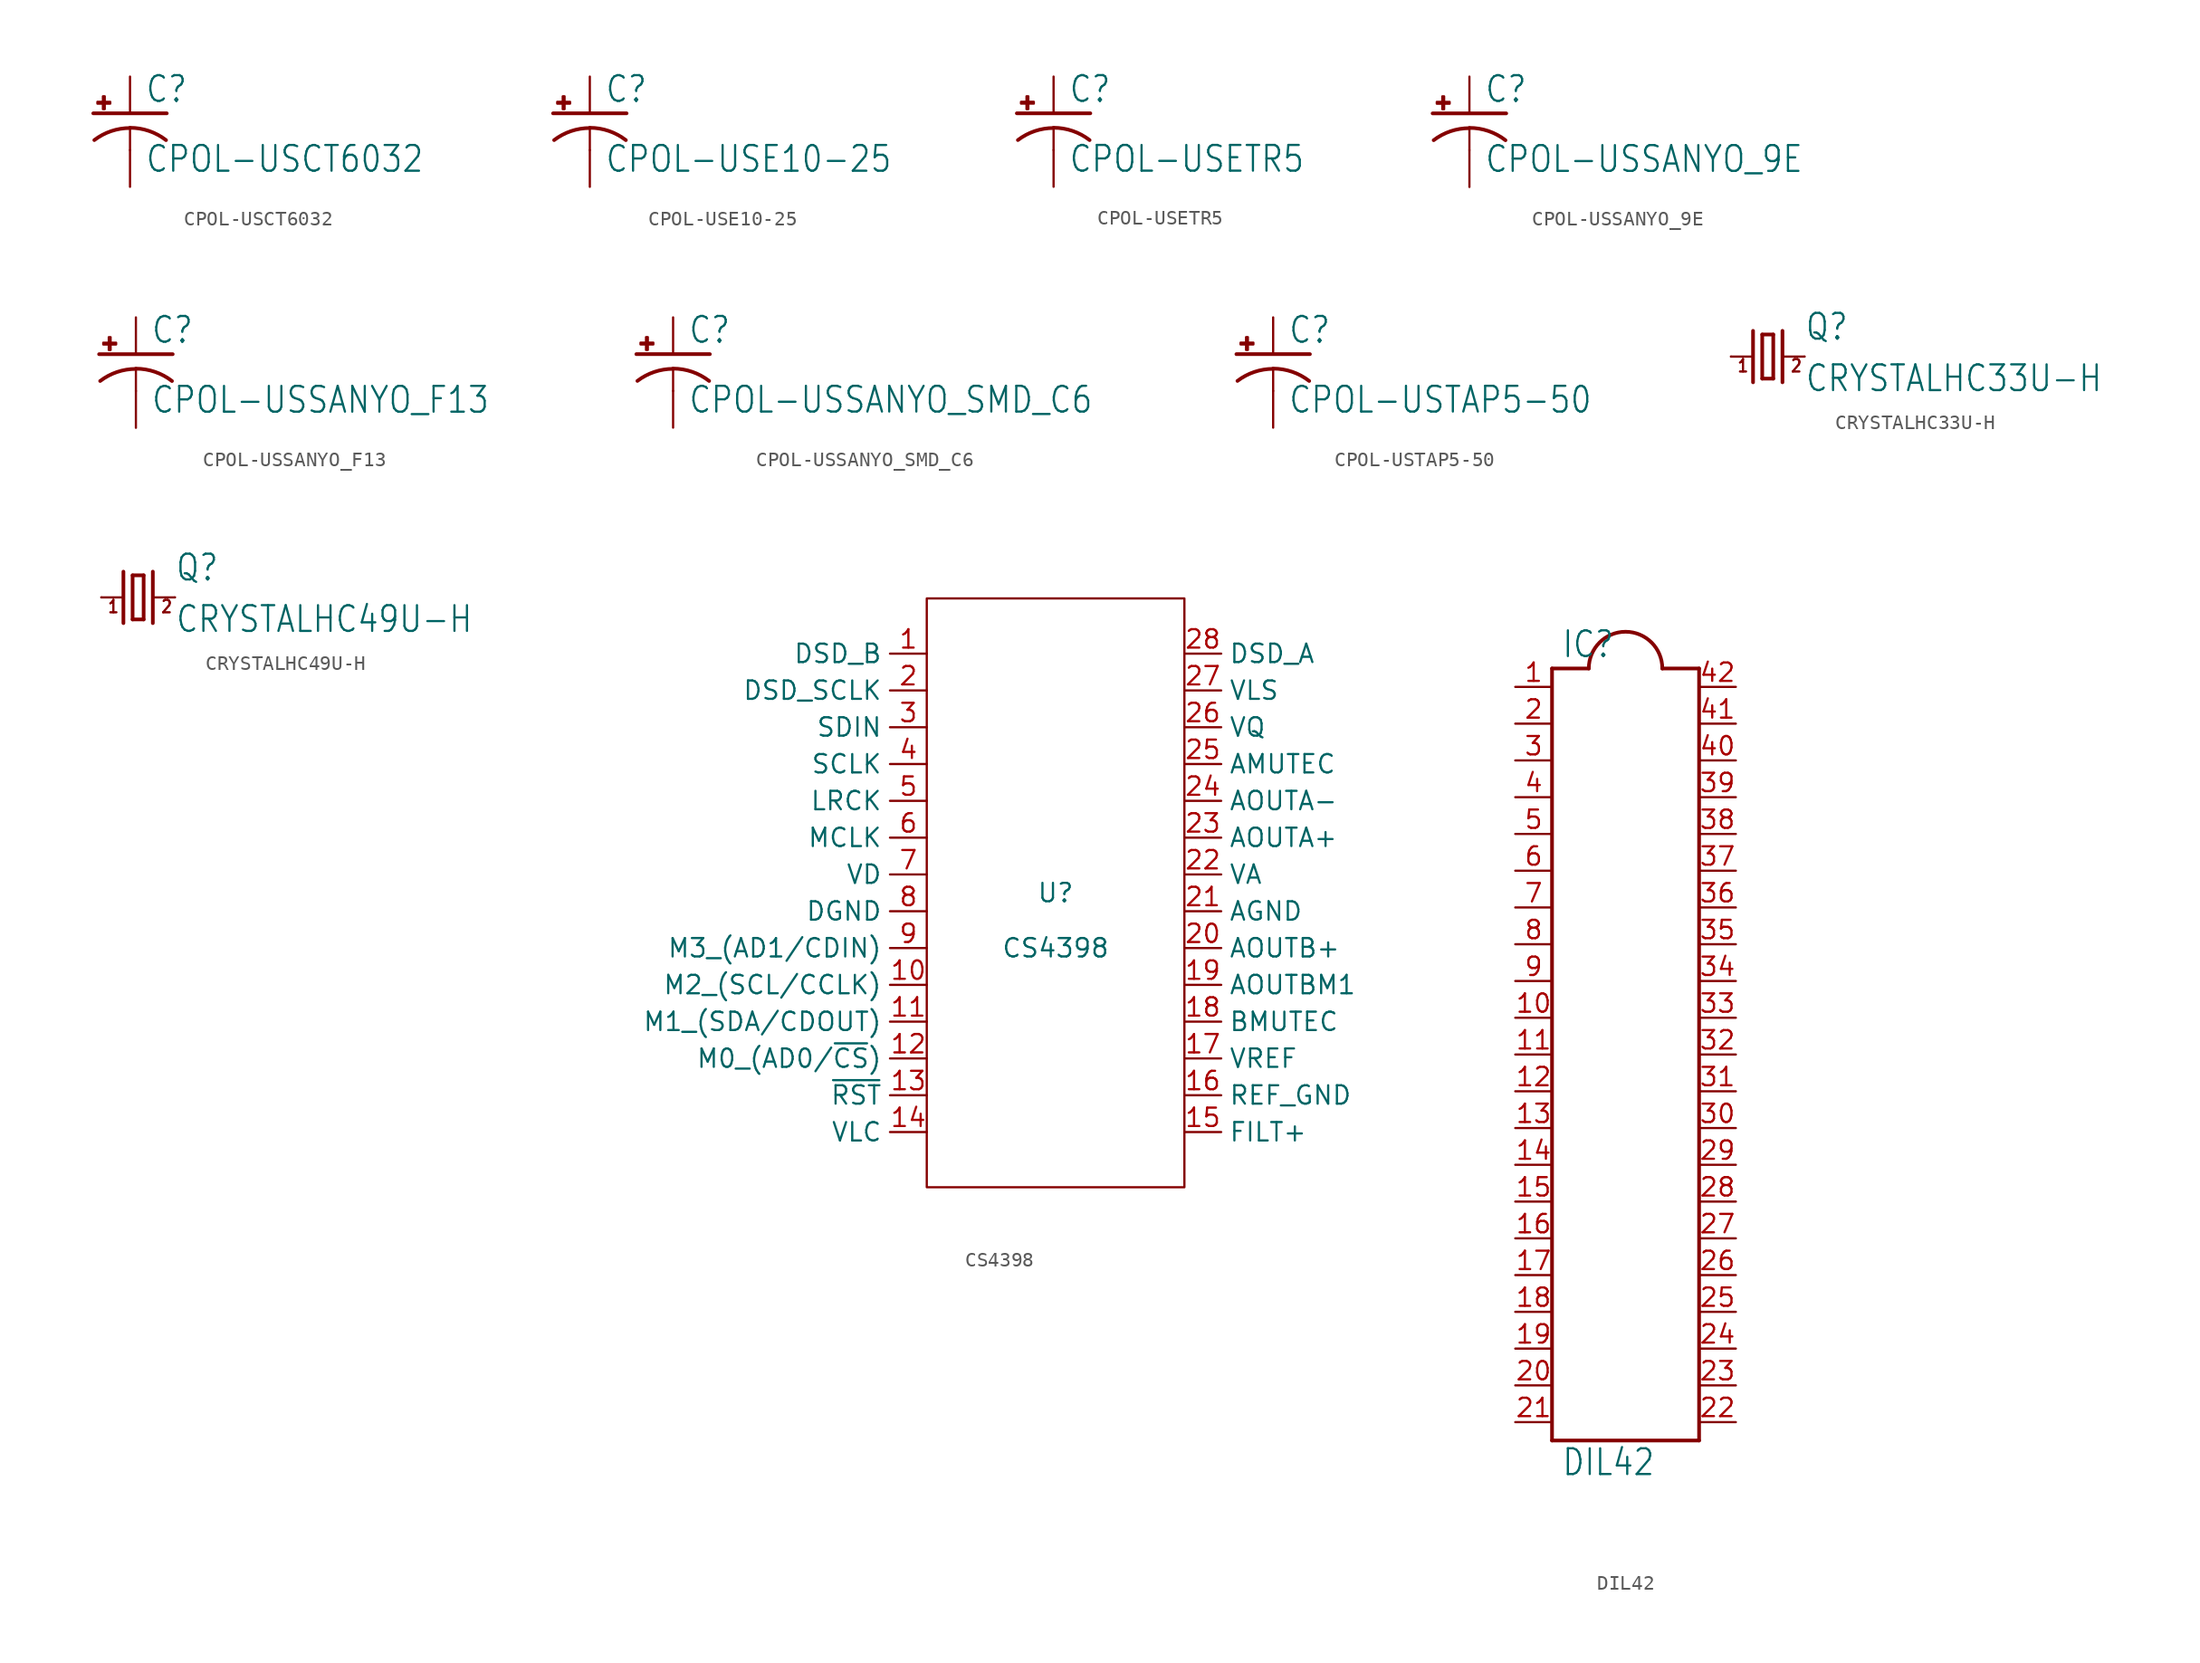
<source format=kicad_sym>
(kicad_symbol_lib
  (version 20220914)
  (generator kicad_symbol_editor)
  (symbol "CPOL-USCT6032"
    (property "Reference" "C"
      (at 1.016 0.635 0)
      (effects (font (size 1.778 1.511)) (justify left bottom)))
    (property "Value" "CPOL-USCT6032"
      (at 1.016 -4.191 0)
      (effects (font (size 1.778 1.511)) (justify left bottom)))
    (property "ki_locked" ""
      (at 0 0 0)
      (effects (font (size 1.27 1.27))))
    (symbol "CPOL-USCT6032_1_0"
      (rectangle (start -2.253 0.668) (end -1.364 0.795) (stroke (width 0) (type default)) (fill (type outline)))
      (rectangle (start -1.872 0.287) (end -1.745 1.176) (stroke (width 0) (type default)) (fill (type outline)))
      (arc (start 0 -1.0161) (mid -1.3021 -1.2302) (end -2.4669 -1.8504) (stroke (width 0.254) (type default)) (fill (type none)))
      (polyline (pts (xy -2.54 0) (xy 2.54 0)) (stroke (width 0.254) (type default)) (fill (type none)))
      (polyline (pts (xy 0 -1.016) (xy 0 -2.54)) (stroke (width 0.152) (type default)) (fill (type none)))
      (arc (start 2.4892 -1.8542) (mid 1.3158 -1.2195) (end 0 -1) (stroke (width 0.254) (type default)) (fill (type none)))
      (pin passive line (at 0 2.54 270) (length 2.54) (name "+" (effects (font (size 0 0)))) (number "+" (effects (font (size 0 0)))))
      (pin passive line (at 0 -5.08 90) (length 2.54) (name "-" (effects (font (size 0 0)))) (number "-" (effects (font (size 0 0)))))))
  (symbol "CPOL-USE10-25"
    (property "Reference" "C"
      (at 1.016 0.635 0)
      (effects (font (size 1.778 1.511)) (justify left bottom)))
    (property "Value" "CPOL-USE10-25"
      (at 1.016 -4.191 0)
      (effects (font (size 1.778 1.511)) (justify left bottom)))
    (property "ki_locked" ""
      (at 0 0 0)
      (effects (font (size 1.27 1.27))))
    (symbol "CPOL-USE10-25_1_0"
      (rectangle (start -2.253 0.668) (end -1.364 0.795) (stroke (width 0) (type default)) (fill (type outline)))
      (rectangle (start -1.872 0.287) (end -1.745 1.176) (stroke (width 0) (type default)) (fill (type outline)))
      (arc (start 0 -1.0161) (mid -1.3021 -1.2302) (end -2.4669 -1.8504) (stroke (width 0.254) (type default)) (fill (type none)))
      (polyline (pts (xy -2.54 0) (xy 2.54 0)) (stroke (width 0.254) (type default)) (fill (type none)))
      (polyline (pts (xy 0 -1.016) (xy 0 -2.54)) (stroke (width 0.152) (type default)) (fill (type none)))
      (arc (start 2.4892 -1.8542) (mid 1.3158 -1.2195) (end 0 -1) (stroke (width 0.254) (type default)) (fill (type none)))
      (pin passive line (at 0 2.54 270) (length 2.54) (name "+" (effects (font (size 0 0)))) (number "+" (effects (font (size 0 0)))))
      (pin passive line (at 0 -5.08 90) (length 2.54) (name "-" (effects (font (size 0 0)))) (number "-" (effects (font (size 0 0)))))))
  (symbol "CPOL-USETR5"
    (property "Reference" "C"
      (at 1.016 0.635 0)
      (effects (font (size 1.778 1.511)) (justify left bottom)))
    (property "Value" "CPOL-USETR5"
      (at 1.016 -4.191 0)
      (effects (font (size 1.778 1.511)) (justify left bottom)))
    (property "ki_locked" ""
      (at 0 0 0)
      (effects (font (size 1.27 1.27))))
    (symbol "CPOL-USETR5_1_0"
      (rectangle (start -2.253 0.668) (end -1.364 0.795) (stroke (width 0) (type default)) (fill (type outline)))
      (rectangle (start -1.872 0.287) (end -1.745 1.176) (stroke (width 0) (type default)) (fill (type outline)))
      (arc (start 0 -1.0161) (mid -1.3021 -1.2302) (end -2.4669 -1.8504) (stroke (width 0.254) (type default)) (fill (type none)))
      (polyline (pts (xy -2.54 0) (xy 2.54 0)) (stroke (width 0.254) (type default)) (fill (type none)))
      (polyline (pts (xy 0 -1.016) (xy 0 -2.54)) (stroke (width 0.152) (type default)) (fill (type none)))
      (arc (start 2.4892 -1.8542) (mid 1.3158 -1.2195) (end 0 -1) (stroke (width 0.254) (type default)) (fill (type none)))
      (pin passive line (at 0 2.54 270) (length 2.54) (name "+" (effects (font (size 0 0)))) (number "+" (effects (font (size 0 0)))))
      (pin passive line (at 0 -5.08 90) (length 2.54) (name "-" (effects (font (size 0 0)))) (number "-" (effects (font (size 0 0)))))))
  (symbol "CPOL-USSANYO_9E"
    (property "Reference" "C"
      (at 1.016 0.635 0)
      (effects (font (size 1.778 1.511)) (justify left bottom)))
    (property "Value" "CPOL-USSANYO_9E"
      (at 1.016 -4.191 0)
      (effects (font (size 1.778 1.511)) (justify left bottom)))
    (property "ki_locked" ""
      (at 0 0 0)
      (effects (font (size 1.27 1.27))))
    (symbol "CPOL-USSANYO_9E_1_0"
      (rectangle (start -2.253 0.668) (end -1.364 0.795) (stroke (width 0) (type default)) (fill (type outline)))
      (rectangle (start -1.872 0.287) (end -1.745 1.176) (stroke (width 0) (type default)) (fill (type outline)))
      (arc (start 0 -1.0161) (mid -1.3021 -1.2302) (end -2.4669 -1.8504) (stroke (width 0.254) (type default)) (fill (type none)))
      (polyline (pts (xy -2.54 0) (xy 2.54 0)) (stroke (width 0.254) (type default)) (fill (type none)))
      (polyline (pts (xy 0 -1.016) (xy 0 -2.54)) (stroke (width 0.152) (type default)) (fill (type none)))
      (arc (start 2.4892 -1.8542) (mid 1.3158 -1.2195) (end 0 -1) (stroke (width 0.254) (type default)) (fill (type none)))
      (pin passive line (at 0 2.54 270) (length 2.54) (name "+" (effects (font (size 0 0)))) (number "+" (effects (font (size 0 0)))))
      (pin passive line (at 0 -5.08 90) (length 2.54) (name "-" (effects (font (size 0 0)))) (number "-" (effects (font (size 0 0)))))))
  (symbol "CPOL-USSANYO_F13"
    (property "Reference" "C"
      (at 1.016 0.635 0)
      (effects (font (size 1.778 1.511)) (justify left bottom)))
    (property "Value" "CPOL-USSANYO_F13"
      (at 1.016 -4.191 0)
      (effects (font (size 1.778 1.511)) (justify left bottom)))
    (property "ki_locked" ""
      (at 0 0 0)
      (effects (font (size 1.27 1.27))))
    (symbol "CPOL-USSANYO_F13_1_0"
      (rectangle (start -2.253 0.668) (end -1.364 0.795) (stroke (width 0) (type default)) (fill (type outline)))
      (rectangle (start -1.872 0.287) (end -1.745 1.176) (stroke (width 0) (type default)) (fill (type outline)))
      (arc (start 0 -1.0161) (mid -1.3021 -1.2302) (end -2.4669 -1.8504) (stroke (width 0.254) (type default)) (fill (type none)))
      (polyline (pts (xy -2.54 0) (xy 2.54 0)) (stroke (width 0.254) (type default)) (fill (type none)))
      (polyline (pts (xy 0 -1.016) (xy 0 -2.54)) (stroke (width 0.152) (type default)) (fill (type none)))
      (arc (start 2.4892 -1.8542) (mid 1.3158 -1.2195) (end 0 -1) (stroke (width 0.254) (type default)) (fill (type none)))
      (pin passive line (at 0 2.54 270) (length 2.54) (name "+" (effects (font (size 0 0)))) (number "+" (effects (font (size 0 0)))))
      (pin passive line (at 0 -5.08 90) (length 2.54) (name "-" (effects (font (size 0 0)))) (number "-" (effects (font (size 0 0)))))))
  (symbol "CPOL-USSANYO_SMD_C6"
    (property "Reference" "C"
      (at 1.016 0.635 0)
      (effects (font (size 1.778 1.511)) (justify left bottom)))
    (property "Value" "CPOL-USSANYO_SMD_C6"
      (at 1.016 -4.191 0)
      (effects (font (size 1.778 1.511)) (justify left bottom)))
    (property "ki_locked" ""
      (at 0 0 0)
      (effects (font (size 1.27 1.27))))
    (symbol "CPOL-USSANYO_SMD_C6_1_0"
      (rectangle (start -2.253 0.668) (end -1.364 0.795) (stroke (width 0) (type default)) (fill (type outline)))
      (rectangle (start -1.872 0.287) (end -1.745 1.176) (stroke (width 0) (type default)) (fill (type outline)))
      (arc (start 0 -1.0161) (mid -1.3021 -1.2302) (end -2.4669 -1.8504) (stroke (width 0.254) (type default)) (fill (type none)))
      (polyline (pts (xy -2.54 0) (xy 2.54 0)) (stroke (width 0.254) (type default)) (fill (type none)))
      (polyline (pts (xy 0 -1.016) (xy 0 -2.54)) (stroke (width 0.152) (type default)) (fill (type none)))
      (arc (start 2.4892 -1.8542) (mid 1.3158 -1.2195) (end 0 -1) (stroke (width 0.254) (type default)) (fill (type none)))
      (pin passive line (at 0 2.54 270) (length 2.54) (name "+" (effects (font (size 0 0)))) (number "+" (effects (font (size 0 0)))))
      (pin passive line (at 0 -5.08 90) (length 2.54) (name "-" (effects (font (size 0 0)))) (number "-" (effects (font (size 0 0)))))))
  (symbol "CPOL-USTAP5-50"
    (property "Reference" "C"
      (at 1.016 0.635 0)
      (effects (font (size 1.778 1.511)) (justify left bottom)))
    (property "Value" "CPOL-USTAP5-50"
      (at 1.016 -4.191 0)
      (effects (font (size 1.778 1.511)) (justify left bottom)))
    (property "ki_locked" ""
      (at 0 0 0)
      (effects (font (size 1.27 1.27))))
    (symbol "CPOL-USTAP5-50_1_0"
      (rectangle (start -2.253 0.668) (end -1.364 0.795) (stroke (width 0) (type default)) (fill (type outline)))
      (rectangle (start -1.872 0.287) (end -1.745 1.176) (stroke (width 0) (type default)) (fill (type outline)))
      (arc (start 0 -1.0161) (mid -1.3021 -1.2302) (end -2.4669 -1.8504) (stroke (width 0.254) (type default)) (fill (type none)))
      (polyline (pts (xy -2.54 0) (xy 2.54 0)) (stroke (width 0.254) (type default)) (fill (type none)))
      (polyline (pts (xy 0 -1.016) (xy 0 -2.54)) (stroke (width 0.152) (type default)) (fill (type none)))
      (arc (start 2.4892 -1.8542) (mid 1.3158 -1.2195) (end 0 -1) (stroke (width 0.254) (type default)) (fill (type none)))
      (pin passive line (at 0 2.54 270) (length 2.54) (name "+" (effects (font (size 0 0)))) (number "+" (effects (font (size 0 0)))))
      (pin passive line (at 0 -5.08 90) (length 2.54) (name "-" (effects (font (size 0 0)))) (number "-" (effects (font (size 0 0)))))))
  (symbol "CRYSTALHC33U-H"
    (property "Reference" "Q"
      (at 2.54 1.016 0)
      (effects (font (size 1.778 1.511)) (justify left bottom)))
    (property "Value" "CRYSTALHC33U-H"
      (at 2.54 -2.54 0)
      (effects (font (size 1.778 1.511)) (justify left bottom)))
    (property "ki_locked" ""
      (at 0 0 0)
      (effects (font (size 1.27 1.27))))
    (symbol "CRYSTALHC33U-H_1_0"
      (polyline (pts (xy -2.54 0) (xy -1.016 0)) (stroke (width 0.152) (type default)) (fill (type none)))
      (polyline (pts (xy -1.016 1.778) (xy -1.016 -1.778)) (stroke (width 0.254) (type default)) (fill (type none)))
      (polyline (pts (xy -0.381 -1.524) (xy 0.381 -1.524)) (stroke (width 0.254) (type default)) (fill (type none)))
      (polyline (pts (xy -0.381 1.524) (xy -0.381 -1.524)) (stroke (width 0.254) (type default)) (fill (type none)))
      (polyline (pts (xy 0.381 -1.524) (xy 0.381 1.524)) (stroke (width 0.254) (type default)) (fill (type none)))
      (polyline (pts (xy 0.381 1.524) (xy -0.381 1.524)) (stroke (width 0.254) (type default)) (fill (type none)))
      (polyline (pts (xy 1.016 0) (xy 2.54 0)) (stroke (width 0.152) (type default)) (fill (type none)))
      (polyline (pts (xy 1.016 1.778) (xy 1.016 -1.778)) (stroke (width 0.254) (type default)) (fill (type none)))
      (text "1" (at -2.159 -1.143 0) (effects (font (size 0.864 0.734)) (justify left bottom)))
      (text "2" (at 1.524 -1.143 0) (effects (font (size 0.864 0.734)) (justify left bottom)))
      (pin passive line (at -2.54 0 0) (length 0) (name "1" (effects (font (size 0 0)))) (number "1" (effects (font (size 0 0)))))
      (pin passive line (at 2.54 0 180) (length 0) (name "2" (effects (font (size 0 0)))) (number "2" (effects (font (size 0 0)))))))
  (symbol "CRYSTALHC49U-H"
    (property "Reference" "Q"
      (at 2.54 1.016 0)
      (effects (font (size 1.778 1.511)) (justify left bottom)))
    (property "Value" "CRYSTALHC49U-H"
      (at 2.54 -2.54 0)
      (effects (font (size 1.778 1.511)) (justify left bottom)))
    (property "ki_locked" ""
      (at 0 0 0)
      (effects (font (size 1.27 1.27))))
    (symbol "CRYSTALHC49U-H_1_0"
      (polyline (pts (xy -2.54 0) (xy -1.016 0)) (stroke (width 0.152) (type default)) (fill (type none)))
      (polyline (pts (xy -1.016 1.778) (xy -1.016 -1.778)) (stroke (width 0.254) (type default)) (fill (type none)))
      (polyline (pts (xy -0.381 -1.524) (xy 0.381 -1.524)) (stroke (width 0.254) (type default)) (fill (type none)))
      (polyline (pts (xy -0.381 1.524) (xy -0.381 -1.524)) (stroke (width 0.254) (type default)) (fill (type none)))
      (polyline (pts (xy 0.381 -1.524) (xy 0.381 1.524)) (stroke (width 0.254) (type default)) (fill (type none)))
      (polyline (pts (xy 0.381 1.524) (xy -0.381 1.524)) (stroke (width 0.254) (type default)) (fill (type none)))
      (polyline (pts (xy 1.016 0) (xy 2.54 0)) (stroke (width 0.152) (type default)) (fill (type none)))
      (polyline (pts (xy 1.016 1.778) (xy 1.016 -1.778)) (stroke (width 0.254) (type default)) (fill (type none)))
      (text "1" (at -2.159 -1.143 0) (effects (font (size 0.864 0.734)) (justify left bottom)))
      (text "2" (at 1.524 -1.143 0) (effects (font (size 0.864 0.734)) (justify left bottom)))
      (pin passive line (at -2.54 0 0) (length 0) (name "1" (effects (font (size 0 0)))) (number "1" (effects (font (size 0 0)))))
      (pin passive line (at 2.54 0 180) (length 0) (name "2" (effects (font (size 0 0)))) (number "2" (effects (font (size 0 0)))))))
  (symbol "CS4398"
    (property "Reference" "U"
      (at 0 0 0)
      (effects (font (size 1.27 1.27))))
    (property "Value" "CS4398"
      (at 0 -3.81 0)
      (effects (font (size 1.27 1.27))))
    (symbol "CS4398_0_1"
      (rectangle (start -8.89 20.32) (end 8.89 -20.32) (stroke (width 0) (type default)) (fill (type none))))
    (symbol "CS4398_1_1"
      (pin input line (at -8.89 16.51 180) (length 2.54) (name "DSD_B" (effects (font (size 1.27 1.27)))) (number "1" (effects (font (size 1.27 1.27)))))
      (pin input line (at -8.89 -6.35 180) (length 2.54) (name "M2_(SCL/CCLK)" (effects (font (size 1.27 1.27)))) (number "10" (effects (font (size 1.27 1.27)))))
      (pin input line (at -8.89 -8.89 180) (length 2.54) (name "M1_(SDA/CDOUT)" (effects (font (size 1.27 1.27)))) (number "11" (effects (font (size 1.27 1.27)))))
      (pin input line (at -8.89 -11.43 180) (length 2.54) (name "M0_(AD0/~{CS})" (effects (font (size 1.27 1.27)))) (number "12" (effects (font (size 1.27 1.27)))))
      (pin input line (at -8.89 -13.97 180) (length 2.54) (name "~{RST}" (effects (font (size 1.27 1.27)))) (number "13" (effects (font (size 1.27 1.27)))))
      (pin input line (at -8.89 -16.51 180) (length 2.54) (name "VLC" (effects (font (size 1.27 1.27)))) (number "14" (effects (font (size 1.27 1.27)))))
      (pin output line (at 8.89 -16.51 0) (length 2.54) (name "FILT+" (effects (font (size 1.27 1.27)))) (number "15" (effects (font (size 1.27 1.27)))))
      (pin input line (at 8.89 -13.97 0) (length 2.54) (name "REF_GND" (effects (font (size 1.27 1.27)))) (number "16" (effects (font (size 1.27 1.27)))))
      (pin input line (at 8.89 -11.43 0) (length 2.54) (name "VREF" (effects (font (size 1.27 1.27)))) (number "17" (effects (font (size 1.27 1.27)))))
      (pin output line (at 8.89 -8.89 0) (length 2.54) (name "BMUTEC" (effects (font (size 1.27 1.27)))) (number "18" (effects (font (size 1.27 1.27)))))
      (pin output line (at 8.89 -6.35 0) (length 2.54) (name "AOUTBM1" (effects (font (size 1.27 1.27)))) (number "19" (effects (font (size 1.27 1.27)))))
      (pin input line (at -8.89 13.97 180) (length 2.54) (name "DSD_SCLK" (effects (font (size 1.27 1.27)))) (number "2" (effects (font (size 1.27 1.27)))))
      (pin output line (at 8.89 -3.81 0) (length 2.54) (name "AOUTB+" (effects (font (size 1.27 1.27)))) (number "20" (effects (font (size 1.27 1.27)))))
      (pin power_in line (at 8.89 -1.27 0) (length 2.54) (name "AGND" (effects (font (size 1.27 1.27)))) (number "21" (effects (font (size 1.27 1.27)))))
      (pin power_in line (at 8.89 1.27 0) (length 2.54) (name "VA" (effects (font (size 1.27 1.27)))) (number "22" (effects (font (size 1.27 1.27)))))
      (pin output line (at 8.89 3.81 0) (length 2.54) (name "AOUTA+" (effects (font (size 1.27 1.27)))) (number "23" (effects (font (size 1.27 1.27)))))
      (pin output line (at 8.89 6.35 0) (length 2.54) (name "AOUTA-" (effects (font (size 1.27 1.27)))) (number "24" (effects (font (size 1.27 1.27)))))
      (pin output line (at 8.89 8.89 0) (length 2.54) (name "AMUTEC" (effects (font (size 1.27 1.27)))) (number "25" (effects (font (size 1.27 1.27)))))
      (pin output line (at 8.89 11.43 0) (length 2.54) (name "VQ" (effects (font (size 1.27 1.27)))) (number "26" (effects (font (size 1.27 1.27)))))
      (pin input line (at 8.89 13.97 0) (length 2.54) (name "VLS" (effects (font (size 1.27 1.27)))) (number "27" (effects (font (size 1.27 1.27)))))
      (pin input line (at 8.89 16.51 0) (length 2.54) (name "DSD_A" (effects (font (size 1.27 1.27)))) (number "28" (effects (font (size 1.27 1.27)))))
      (pin input line (at -8.89 11.43 180) (length 2.54) (name "SDIN" (effects (font (size 1.27 1.27)))) (number "3" (effects (font (size 1.27 1.27)))))
      (pin input line (at -8.89 8.89 180) (length 2.54) (name "SCLK" (effects (font (size 1.27 1.27)))) (number "4" (effects (font (size 1.27 1.27)))))
      (pin input line (at -8.89 6.35 180) (length 2.54) (name "LRCK" (effects (font (size 1.27 1.27)))) (number "5" (effects (font (size 1.27 1.27)))))
      (pin input line (at -8.89 3.81 180) (length 2.54) (name "MCLK" (effects (font (size 1.27 1.27)))) (number "6" (effects (font (size 1.27 1.27)))))
      (pin power_in line (at -8.89 1.27 180) (length 2.54) (name "VD" (effects (font (size 1.27 1.27)))) (number "7" (effects (font (size 1.27 1.27)))))
      (pin input line (at -8.89 -1.27 180) (length 2.54) (name "DGND" (effects (font (size 1.27 1.27)))) (number "8" (effects (font (size 1.27 1.27)))))
      (pin input line (at -8.89 -3.81 180) (length 2.54) (name "M3_(AD1/CDIN)" (effects (font (size 1.27 1.27)))) (number "9" (effects (font (size 1.27 1.27)))))))
  (symbol "DIL42"
    (property "Reference" "IC"
      (at -4.445 29.845 0)
      (effects (font (size 1.778 1.511)) (justify left bottom)))
    (property "Value" "DIL42"
      (at -4.445 -26.67 0)
      (effects (font (size 1.778 1.511)) (justify left bottom)))
    (property "ki_locked" ""
      (at 0 0 0)
      (effects (font (size 1.27 1.27))))
    (symbol "DIL42_1_0"
      (polyline (pts (xy -5.08 -24.13) (xy 5.08 -24.13)) (stroke (width 0.254) (type default)) (fill (type none)))
      (polyline (pts (xy -5.08 29.21) (xy -5.08 -24.13)) (stroke (width 0.254) (type default)) (fill (type none)))
      (polyline (pts (xy -5.08 29.21) (xy -2.54 29.21)) (stroke (width 0.254) (type default)) (fill (type none)))
      (polyline (pts (xy 5.08 -24.13) (xy 5.08 29.21)) (stroke (width 0.254) (type default)) (fill (type none)))
      (polyline (pts (xy 5.08 29.21) (xy 2.54 29.21)) (stroke (width 0.254) (type default)) (fill (type none)))
      (arc (start 2.54 29.21) (mid 0 31.739) (end -2.54 29.21) (stroke (width 0.254) (type default)) (fill (type none)))
      (pin passive line (at -7.62 27.94 0) (length 2.54) (name "MA19" (effects (font (size 0 0)))) (number "1" (effects (font (size 1.27 1.27)))))
      (pin passive line (at -7.62 5.08 0) (length 2.54) (name "MA1" (effects (font (size 0 0)))) (number "10" (effects (font (size 1.27 1.27)))))
      (pin passive line (at -7.62 2.54 0) (length 2.54) (name "MCS0" (effects (font (size 0 0)))) (number "11" (effects (font (size 1.27 1.27)))))
      (pin passive line (at -7.62 0 0) (length 2.54) (name "VSS" (effects (font (size 0 0)))) (number "12" (effects (font (size 1.27 1.27)))))
      (pin passive line (at -7.62 -2.54 0) (length 2.54) (name "MRD" (effects (font (size 0 0)))) (number "13" (effects (font (size 1.27 1.27)))))
      (pin passive line (at -7.62 -5.08 0) (length 2.54) (name "MD0" (effects (font (size 0 0)))) (number "14" (effects (font (size 1.27 1.27)))))
      (pin passive line (at -7.62 -7.62 0) (length 2.54) (name "15" (effects (font (size 0 0)))) (number "15" (effects (font (size 1.27 1.27)))))
      (pin passive line (at -7.62 -10.16 0) (length 2.54) (name "MD1" (effects (font (size 0 0)))) (number "16" (effects (font (size 1.27 1.27)))))
      (pin passive line (at -7.62 -12.7 0) (length 2.54) (name "17" (effects (font (size 0 0)))) (number "17" (effects (font (size 1.27 1.27)))))
      (pin passive line (at -7.62 -15.24 0) (length 2.54) (name "MD2" (effects (font (size 0 0)))) (number "18" (effects (font (size 1.27 1.27)))))
      (pin passive line (at -7.62 -17.78 0) (length 2.54) (name "19" (effects (font (size 0 0)))) (number "19" (effects (font (size 1.27 1.27)))))
      (pin passive line (at -7.62 25.4 0) (length 2.54) (name "MA18" (effects (font (size 0 0)))) (number "2" (effects (font (size 1.27 1.27)))))
      (pin passive line (at -7.62 -20.32 0) (length 2.54) (name "MD3" (effects (font (size 0 0)))) (number "20" (effects (font (size 1.27 1.27)))))
      (pin passive line (at -7.62 -22.86 0) (length 2.54) (name "21" (effects (font (size 0 0)))) (number "21" (effects (font (size 1.27 1.27)))))
      (pin passive line (at 7.62 -22.86 180) (length 2.54) (name "VDD" (effects (font (size 0 0)))) (number "22" (effects (font (size 1.27 1.27)))))
      (pin passive line (at 7.62 -20.32 180) (length 2.54) (name "MD4" (effects (font (size 0 0)))) (number "23" (effects (font (size 1.27 1.27)))))
      (pin passive line (at 7.62 -17.78 180) (length 2.54) (name "24" (effects (font (size 0 0)))) (number "24" (effects (font (size 1.27 1.27)))))
      (pin passive line (at 7.62 -15.24 180) (length 2.54) (name "MD5" (effects (font (size 0 0)))) (number "25" (effects (font (size 1.27 1.27)))))
      (pin passive line (at 7.62 -12.7 180) (length 2.54) (name "26" (effects (font (size 0 0)))) (number "26" (effects (font (size 1.27 1.27)))))
      (pin passive line (at 7.62 -10.16 180) (length 2.54) (name "MD6" (effects (font (size 0 0)))) (number "27" (effects (font (size 1.27 1.27)))))
      (pin passive line (at 7.62 -7.62 180) (length 2.54) (name "28" (effects (font (size 0 0)))) (number "28" (effects (font (size 1.27 1.27)))))
      (pin passive line (at 7.62 -5.08 180) (length 2.54) (name "MD7" (effects (font (size 0 0)))) (number "29" (effects (font (size 1.27 1.27)))))
      (pin passive line (at -7.62 22.86 0) (length 2.54) (name "MA8" (effects (font (size 0 0)))) (number "3" (effects (font (size 1.27 1.27)))))
      (pin passive line (at 7.62 -2.54 180) (length 2.54) (name "MA0" (effects (font (size 0 0)))) (number "30" (effects (font (size 1.27 1.27)))))
      (pin passive line (at 7.62 0 180) (length 2.54) (name "GND1" (effects (font (size 0 0)))) (number "31" (effects (font (size 1.27 1.27)))))
      (pin passive line (at 7.62 2.54 180) (length 2.54) (name "GND" (effects (font (size 0 0)))) (number "32" (effects (font (size 1.27 1.27)))))
      (pin passive line (at 7.62 5.08 180) (length 2.54) (name "MA17" (effects (font (size 0 0)))) (number "33" (effects (font (size 1.27 1.27)))))
      (pin passive line (at 7.62 7.62 180) (length 2.54) (name "MA16" (effects (font (size 0 0)))) (number "34" (effects (font (size 1.27 1.27)))))
      (pin passive line (at 7.62 10.16 180) (length 2.54) (name "MA15" (effects (font (size 0 0)))) (number "35" (effects (font (size 1.27 1.27)))))
      (pin passive line (at 7.62 12.7 180) (length 2.54) (name "MA14" (effects (font (size 0 0)))) (number "36" (effects (font (size 1.27 1.27)))))
      (pin passive line (at 7.62 15.24 180) (length 2.54) (name "MA13" (effects (font (size 0 0)))) (number "37" (effects (font (size 1.27 1.27)))))
      (pin passive line (at 7.62 17.78 180) (length 2.54) (name "MA12" (effects (font (size 0 0)))) (number "38" (effects (font (size 1.27 1.27)))))
      (pin passive line (at 7.62 20.32 180) (length 2.54) (name "MA11" (effects (font (size 0 0)))) (number "39" (effects (font (size 1.27 1.27)))))
      (pin passive line (at -7.62 20.32 0) (length 2.54) (name "MA7" (effects (font (size 0 0)))) (number "4" (effects (font (size 1.27 1.27)))))
      (pin passive line (at 7.62 22.86 180) (length 2.54) (name "MA10" (effects (font (size 0 0)))) (number "40" (effects (font (size 1.27 1.27)))))
      (pin passive line (at 7.62 25.4 180) (length 2.54) (name "MA9" (effects (font (size 0 0)))) (number "41" (effects (font (size 1.27 1.27)))))
      (pin passive line (at 7.62 27.94 180) (length 2.54) (name "MA20" (effects (font (size 0 0)))) (number "42" (effects (font (size 1.27 1.27)))))
      (pin passive line (at -7.62 17.78 0) (length 2.54) (name "MA6" (effects (font (size 0 0)))) (number "5" (effects (font (size 1.27 1.27)))))
      (pin passive line (at -7.62 15.24 0) (length 2.54) (name "MA5" (effects (font (size 0 0)))) (number "6" (effects (font (size 1.27 1.27)))))
      (pin passive line (at -7.62 12.7 0) (length 2.54) (name "MA4" (effects (font (size 0 0)))) (number "7" (effects (font (size 1.27 1.27)))))
      (pin passive line (at -7.62 10.16 0) (length 2.54) (name "MA3" (effects (font (size 0 0)))) (number "8" (effects (font (size 1.27 1.27)))))
      (pin passive line (at -7.62 7.62 0) (length 2.54) (name "MA2" (effects (font (size 0 0)))) (number "9" (effects (font (size 1.27 1.27))))))))
</source>
